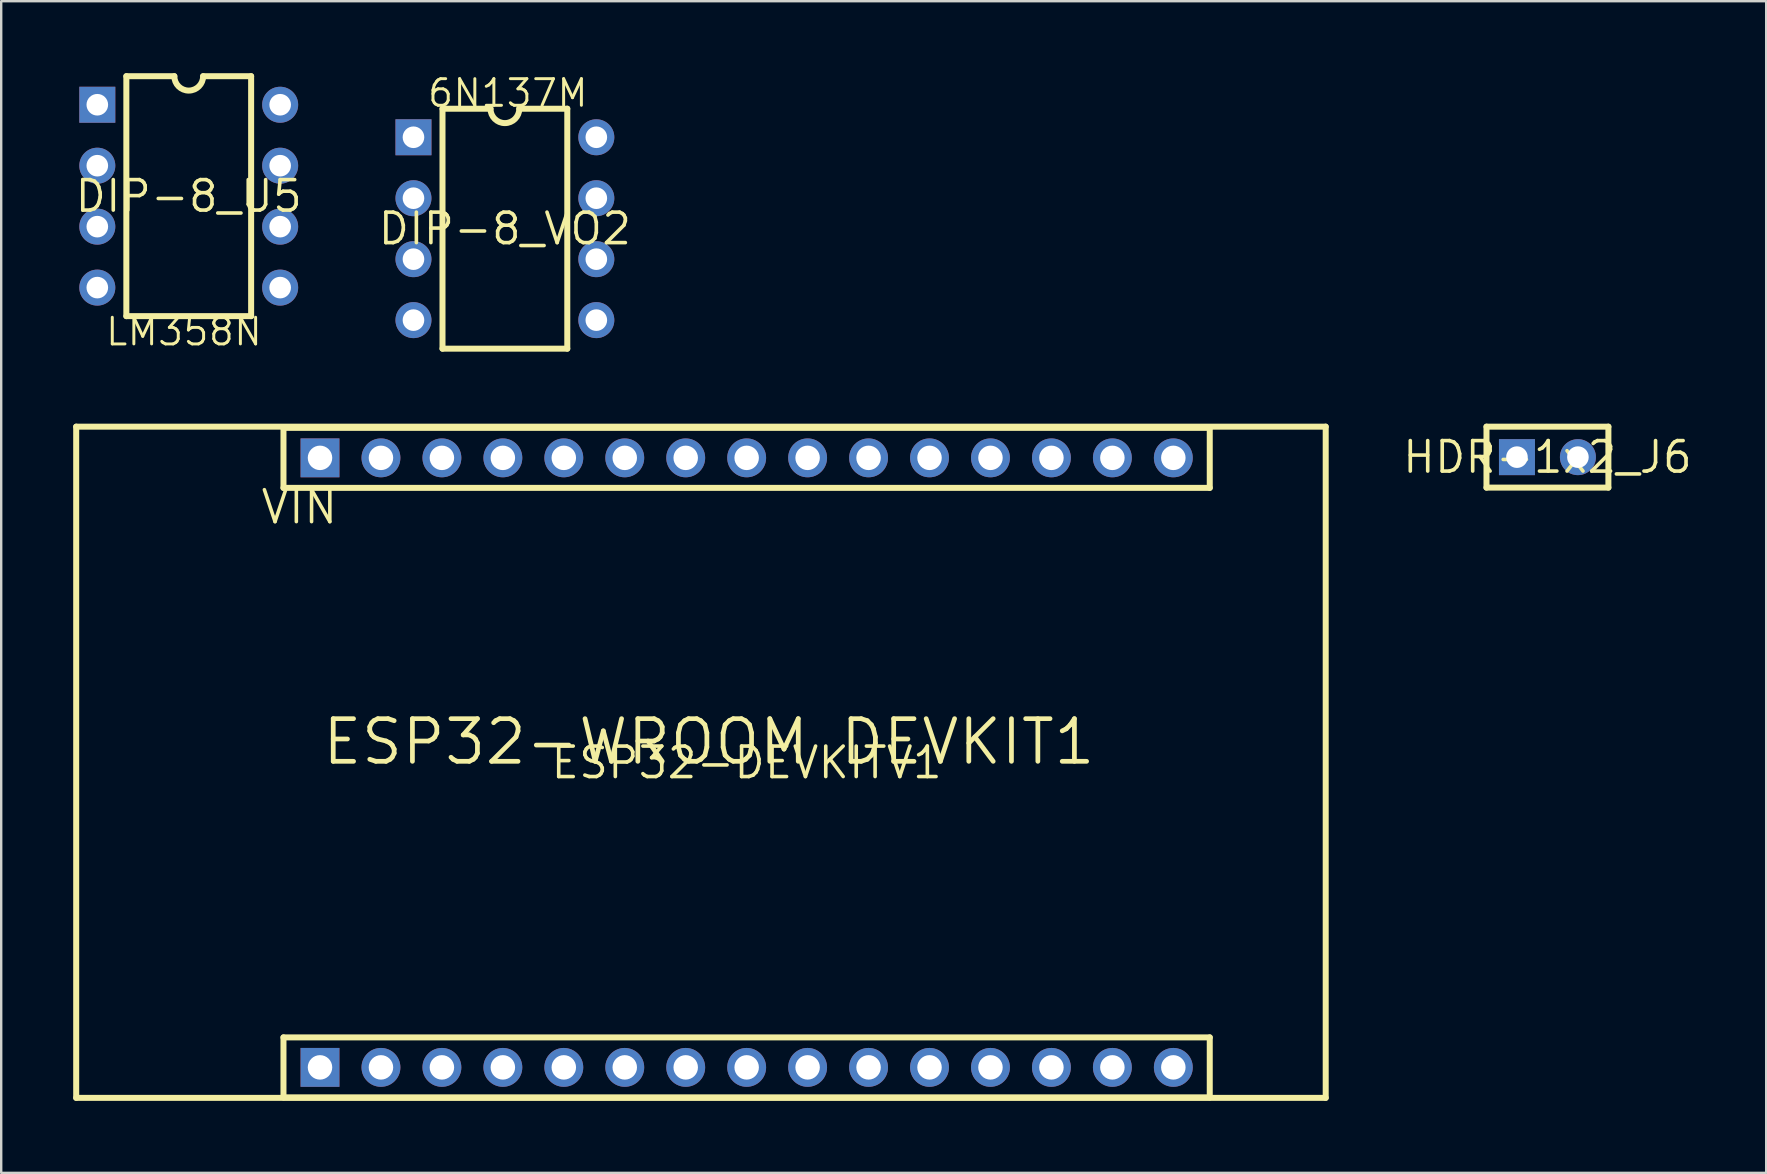
<source format=kicad_pcb>
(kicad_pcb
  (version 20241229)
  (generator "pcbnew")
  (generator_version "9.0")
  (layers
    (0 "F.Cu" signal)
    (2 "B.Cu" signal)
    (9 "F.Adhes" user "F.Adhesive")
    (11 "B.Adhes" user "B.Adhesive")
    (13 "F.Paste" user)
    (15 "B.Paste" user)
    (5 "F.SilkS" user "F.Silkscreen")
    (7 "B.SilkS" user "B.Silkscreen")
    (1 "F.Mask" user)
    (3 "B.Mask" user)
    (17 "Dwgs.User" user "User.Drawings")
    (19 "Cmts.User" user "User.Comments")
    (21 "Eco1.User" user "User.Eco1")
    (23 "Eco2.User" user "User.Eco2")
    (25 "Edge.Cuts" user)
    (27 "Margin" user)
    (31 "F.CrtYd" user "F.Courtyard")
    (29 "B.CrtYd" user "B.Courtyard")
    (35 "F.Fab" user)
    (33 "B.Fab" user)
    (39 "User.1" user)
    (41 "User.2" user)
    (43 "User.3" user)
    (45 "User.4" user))
  (footprint "HDR-1x2_J6"
    (layer "F.Cu")
    (at 61.435 16)
    (property "Reference" "HDR-1x2_J6" (at 0 0 0) (layer "F.SilkS") (effects (font (size 1.27 1.27) (thickness 0.15))))
    (fp_line (start -2.54 -1.27) (end 2.54 -1.27) (stroke (width 0.25) (type solid)) (layer "F.SilkS"))
    (fp_line (start -2.54 1.27) (end -2.54 -1.27) (stroke (width 0.25) (type solid)) (layer "F.SilkS"))
    (fp_line (start -2.54 1.27) (end 2.54 1.27) (stroke (width 0.25) (type solid)) (layer "F.SilkS"))
    (fp_line (start 2.54 1.27) (end 2.54 -1.27) (stroke (width 0.25) (type solid)) (layer "F.SilkS"))
    (pad "1" thru_hole rect (at -1.27 0) (size 1.5 1.5) (drill 0.9) (layers "*.Cu" "*.Mask"))
    (pad "2" thru_hole circle (at 1.27 0) (size 1.5 1.5) (drill 0.9) (layers "*.Cu" "*.Mask")))
  (footprint "ESP32-DEVKITV1"
    (layer "F.Cu")
    (at 28.065 28.73)
    (property "Reference" "ESP32-DEVKITV1" (at 0 0 0) (layer "F.SilkS") (effects (font (size 1.27 1.27) (thickness 0.15))))
    (fp_line (start -27.94 -14) (end 24.13 -14) (stroke (width 0.25) (type solid)) (layer "F.SilkS"))
    (fp_line (start -27.94 13.97) (end -27.94 -14) (stroke (width 0.25) (type solid)) (layer "F.SilkS"))
    (fp_line (start -19.302 -13.95) (end 19.298 -13.95) (stroke (width 0.25) (type solid)) (layer "F.SilkS"))
    (fp_line (start -19.302 -11.449) (end -19.302 -13.95) (stroke (width 0.25) (type solid)) (layer "F.SilkS"))
    (fp_line (start -19.302 11.45) (end 19.298 11.45) (stroke (width 0.25) (type solid)) (layer "F.SilkS"))
    (fp_line (start -19.302 13.95) (end -19.302 11.45) (stroke (width 0.25) (type solid)) (layer "F.SilkS"))
    (fp_line (start 19.298 -13.95) (end 19.298 -11.449) (stroke (width 0.25) (type solid)) (layer "F.SilkS"))
    (fp_line (start 19.298 -11.449) (end -19.302 -11.449) (stroke (width 0.25) (type solid)) (layer "F.SilkS"))
    (fp_line (start 19.298 11.45) (end 19.298 13.95) (stroke (width 0.25) (type solid)) (layer "F.SilkS"))
    (fp_line (start 19.298 13.95) (end -19.302 13.95) (stroke (width 0.25) (type solid)) (layer "F.SilkS"))
    (fp_line (start 24.13 -14) (end 24.13 13.97) (stroke (width 0.25) (type solid)) (layer "F.SilkS"))
    (fp_line (start 24.13 13.97) (end -27.94 13.97) (stroke (width 0.25) (type solid)) (layer "F.SilkS"))
    (fp_text user "ESP32-WROOM DEVKIT1" (at -17.781 -1.906 0) (unlocked yes) (layer "F.SilkS") (effects (font (size 1.777 1.777) (thickness 0.197)) (justify left top)))
    (fp_text user "VIN" (at -20.322 -11.43 0) (unlocked yes) (layer "F.SilkS") (effects (font (size 1.332 1.332) (thickness 0.148)) (justify left top)))
    (pad "1" thru_hole rect (at -17.78 12.7) (size 1.62 1.62) (drill 1.02) (layers "*.Cu" "*.Mask"))
    (pad "2" thru_hole circle (at -15.24 12.7) (size 1.62 1.62) (drill 1.02) (layers "*.Cu" "*.Mask"))
    (pad "3" thru_hole circle (at -12.7 12.7) (size 1.62 1.62) (drill 1.02) (layers "*.Cu" "*.Mask"))
    (pad "4" thru_hole circle (at -10.16 12.7) (size 1.62 1.62) (drill 1.02) (layers "*.Cu" "*.Mask"))
    (pad "5" thru_hole circle (at -7.62 12.7) (size 1.62 1.62) (drill 1.02) (layers "*.Cu" "*.Mask"))
    (pad "6" thru_hole circle (at -5.08 12.7) (size 1.62 1.62) (drill 1.02) (layers "*.Cu" "*.Mask"))
    (pad "7" thru_hole circle (at -2.54 12.7) (size 1.62 1.62) (drill 1.02) (layers "*.Cu" "*.Mask"))
    (pad "8" thru_hole circle (at 0 12.7) (size 1.62 1.62) (drill 1.02) (layers "*.Cu" "*.Mask"))
    (pad "9" thru_hole circle (at 2.54 12.7) (size 1.62 1.62) (drill 1.02) (layers "*.Cu" "*.Mask"))
    (pad "10" thru_hole circle (at 5.08 12.7) (size 1.62 1.62) (drill 1.02) (layers "*.Cu" "*.Mask"))
    (pad "11" thru_hole circle (at 7.62 12.7) (size 1.62 1.62) (drill 1.02) (layers "*.Cu" "*.Mask"))
    (pad "12" thru_hole circle (at 10.16 12.7) (size 1.62 1.62) (drill 1.02) (layers "*.Cu" "*.Mask"))
    (pad "13" thru_hole circle (at 12.7 12.7) (size 1.62 1.62) (drill 1.02) (layers "*.Cu" "*.Mask"))
    (pad "14" thru_hole circle (at 15.24 12.7) (size 1.62 1.62) (drill 1.02) (layers "*.Cu" "*.Mask"))
    (pad "15" thru_hole circle (at 17.78 12.7) (size 1.62 1.62) (drill 1.02) (layers "*.Cu" "*.Mask"))
    (pad "16" thru_hole circle (at 17.78 -12.7) (size 1.62 1.62) (drill 1.02) (layers "*.Cu" "*.Mask"))
    (pad "17" thru_hole circle (at 15.24 -12.7) (size 1.62 1.62) (drill 1.02) (layers "*.Cu" "*.Mask"))
    (pad "18" thru_hole circle (at 12.7 -12.7) (size 1.62 1.62) (drill 1.02) (layers "*.Cu" "*.Mask"))
    (pad "19" thru_hole circle (at 10.16 -12.7) (size 1.62 1.62) (drill 1.02) (layers "*.Cu" "*.Mask"))
    (pad "20" thru_hole circle (at 7.62 -12.7) (size 1.62 1.62) (drill 1.02) (layers "*.Cu" "*.Mask"))
    (pad "21" thru_hole circle (at 5.08 -12.7) (size 1.62 1.62) (drill 1.02) (layers "*.Cu" "*.Mask"))
    (pad "22" thru_hole circle (at 2.54 -12.7) (size 1.62 1.62) (drill 1.02) (layers "*.Cu" "*.Mask"))
    (pad "23" thru_hole circle (at 0 -12.7) (size 1.62 1.62) (drill 1.02) (layers "*.Cu" "*.Mask"))
    (pad "24" thru_hole circle (at -2.54 -12.7) (size 1.62 1.62) (drill 1.02) (layers "*.Cu" "*.Mask"))
    (pad "25" thru_hole circle (at -5.08 -12.7) (size 1.62 1.62) (drill 1.02) (layers "*.Cu" "*.Mask"))
    (pad "26" thru_hole circle (at -7.62 -12.7) (size 1.62 1.62) (drill 1.02) (layers "*.Cu" "*.Mask"))
    (pad "27" thru_hole circle (at -10.16 -12.7) (size 1.62 1.62) (drill 1.02) (layers "*.Cu" "*.Mask"))
    (pad "28" thru_hole circle (at -12.7 -12.7) (size 1.62 1.62) (drill 1.02) (layers "*.Cu" "*.Mask"))
    (pad "29" thru_hole circle (at -15.24 -12.7) (size 1.62 1.62) (drill 1.02) (layers "*.Cu" "*.Mask"))
    (pad "30" thru_hole rect (at -17.78 -12.7) (size 1.62 1.62) (drill 1.02) (layers "*.Cu" "*.Mask")))
  (footprint "DIP-8_VO2"
    (layer "F.Cu")
    (at 17.99 6.48)
    (property "Reference" "DIP-8_VO2" (at 0 0 0) (layer "F.SilkS") (effects (font (size 1.27 1.27) (thickness 0.15))))
    (fp_line (start -2.6 -5) (end -2.6 5) (stroke (width 0.25) (type solid)) (layer "F.SilkS"))
    (fp_line (start -2.6 -5) (end -0.6 -5) (stroke (width 0.25) (type solid)) (layer "F.SilkS"))
    (fp_line (start -2.6 5) (end 2.6 5) (stroke (width 0.25) (type solid)) (layer "F.SilkS"))
    (fp_line (start 2.6 -5) (end 0.6 -5) (stroke (width 0.25) (type solid)) (layer "F.SilkS"))
    (fp_line (start 2.6 -5) (end 2.6 5) (stroke (width 0.25) (type solid)) (layer "F.SilkS"))
    (fp_arc (start 0.6 -4.999998) (mid -0.000001 -4.400099) (end -0.6 -5) (stroke (width 0.25) (type solid)) (layer "F.SilkS"))
    (fp_text user "6N137M" (at -3.289 -5 0) (unlocked yes) (layer "F.SilkS") (effects (font (size 1.11 1.11) (thickness 0.123)) (justify left bottom)))
    (pad "1" thru_hole rect (at -3.81 -3.81 90) (size 1.5 1.5) (drill 0.9) (layers "*.Cu" "*.Mask"))
    (pad "2" thru_hole circle (at -3.81 -1.27 90) (size 1.5 1.5) (drill 0.9) (layers "*.Cu" "*.Mask"))
    (pad "3" thru_hole circle (at -3.81 1.27 90) (size 1.5 1.5) (drill 0.9) (layers "*.Cu" "*.Mask"))
    (pad "4" thru_hole circle (at -3.81 3.81 90) (size 1.5 1.5) (drill 0.9) (layers "*.Cu" "*.Mask"))
    (pad "5" thru_hole circle (at 3.81 3.81 90) (size 1.5 1.5) (drill 0.9) (layers "*.Cu" "*.Mask"))
    (pad "6" thru_hole circle (at 3.81 1.27 90) (size 1.5 1.5) (drill 0.9) (layers "*.Cu" "*.Mask"))
    (pad "7" thru_hole circle (at 3.81 -1.27 90) (size 1.5 1.5) (drill 0.9) (layers "*.Cu" "*.Mask"))
    (pad "8" thru_hole circle (at 3.81 -3.81 90) (size 1.5 1.5) (drill 0.9) (layers "*.Cu" "*.Mask")))
  (footprint "DIP-8_U5"
    (layer "F.Cu")
    (at 4.815 5.125)
    (property "Reference" "DIP-8_U5" (at 0 0 0) (layer "F.SilkS") (effects (font (size 1.27 1.27) (thickness 0.15))))
    (fp_line (start -2.6 -5) (end -2.6 5) (stroke (width 0.25) (type solid)) (layer "F.SilkS"))
    (fp_line (start -2.6 -5) (end -0.6 -5) (stroke (width 0.25) (type solid)) (layer "F.SilkS"))
    (fp_line (start -2.6 5) (end 2.6 5) (stroke (width 0.25) (type solid)) (layer "F.SilkS"))
    (fp_line (start 2.6 -5) (end 0.6 -5) (stroke (width 0.25) (type solid)) (layer "F.SilkS"))
    (fp_line (start 2.6 -5) (end 2.6 5) (stroke (width 0.25) (type solid)) (layer "F.SilkS"))
    (fp_arc (start 0.6 -4.999998) (mid -0.000001 -4.400099) (end -0.6 -5) (stroke (width 0.25) (type solid)) (layer "F.SilkS"))
    (fp_text user "LM358N" (at -3.531 5 0) (unlocked yes) (layer "F.SilkS") (effects (font (size 1.11 1.11) (thickness 0.123)) (justify left top)))
    (pad "1" thru_hole rect (at -3.81 -3.81 90) (size 1.5 1.5) (drill 0.9) (layers "*.Cu" "*.Mask"))
    (pad "2" thru_hole circle (at -3.81 -1.27 90) (size 1.5 1.5) (drill 0.9) (layers "*.Cu" "*.Mask"))
    (pad "3" thru_hole circle (at -3.81 1.27 90) (size 1.5 1.5) (drill 0.9) (layers "*.Cu" "*.Mask"))
    (pad "4" thru_hole circle (at -3.81 3.81 90) (size 1.5 1.5) (drill 0.9) (layers "*.Cu" "*.Mask"))
    (pad "5" thru_hole circle (at 3.81 3.81 90) (size 1.5 1.5) (drill 0.9) (layers "*.Cu" "*.Mask"))
    (pad "6" thru_hole circle (at 3.81 1.27 90) (size 1.5 1.5) (drill 0.9) (layers "*.Cu" "*.Mask"))
    (pad "7" thru_hole circle (at 3.81 -1.27 90) (size 1.5 1.5) (drill 0.9) (layers "*.Cu" "*.Mask"))
    (pad "8" thru_hole circle (at 3.81 -3.81 90) (size 1.5 1.5) (drill 0.9) (layers "*.Cu" "*.Mask")))
  (gr_rect
    (start -3 -3)
    (end 70.551 45.825)
    (stroke (width 0.1) (type default))
    (fill no)
    (layer "Edge.Cuts")))
</source>
